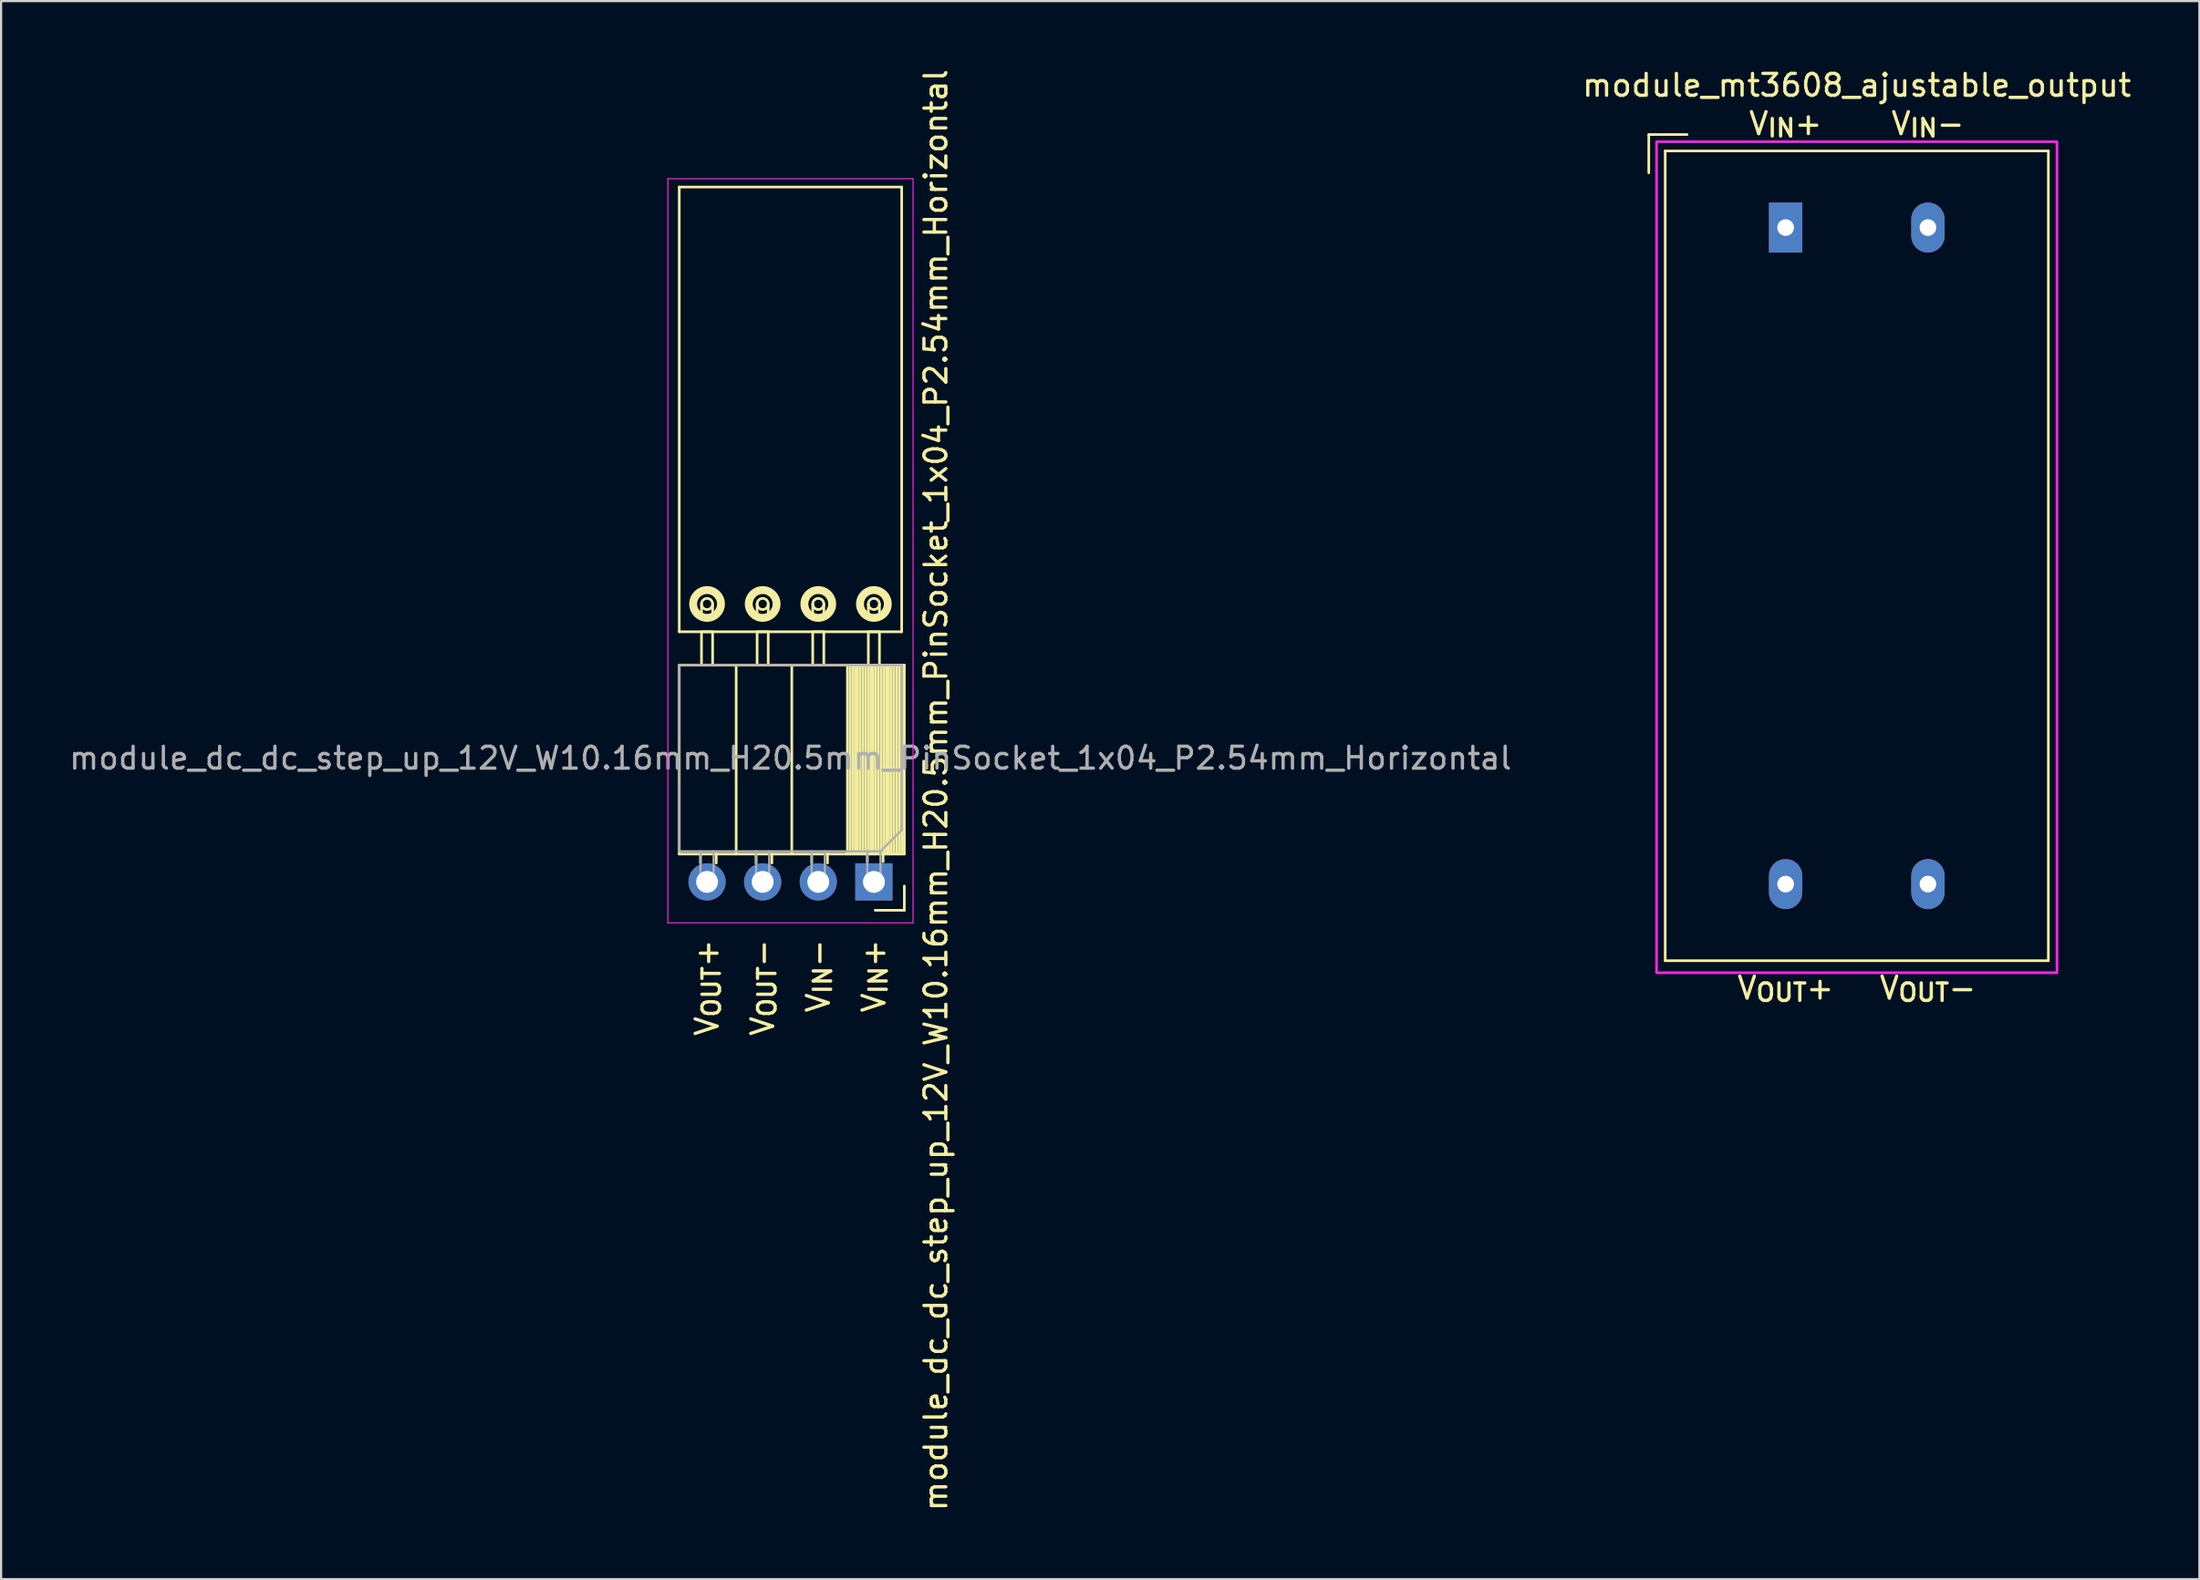
<source format=kicad_pcb>
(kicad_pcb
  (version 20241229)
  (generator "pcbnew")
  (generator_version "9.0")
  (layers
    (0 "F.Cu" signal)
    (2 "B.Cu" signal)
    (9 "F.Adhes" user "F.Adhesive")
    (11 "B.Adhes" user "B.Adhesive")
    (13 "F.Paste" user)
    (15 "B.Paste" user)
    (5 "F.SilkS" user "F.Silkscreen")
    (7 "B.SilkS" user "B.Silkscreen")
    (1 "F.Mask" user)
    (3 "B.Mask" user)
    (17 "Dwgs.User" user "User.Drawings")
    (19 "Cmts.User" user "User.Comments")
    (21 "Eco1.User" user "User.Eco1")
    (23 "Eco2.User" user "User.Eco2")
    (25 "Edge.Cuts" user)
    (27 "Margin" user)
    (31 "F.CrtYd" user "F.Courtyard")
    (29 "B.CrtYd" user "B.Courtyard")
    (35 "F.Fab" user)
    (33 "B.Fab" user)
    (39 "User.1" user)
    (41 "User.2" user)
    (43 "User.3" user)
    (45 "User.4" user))
  (footprint "module_dc_dc_step_up_12V_W10.16mm_H20.5mm_PinSocket_1x04_P2.54mm_Horizontal"
    (layer "F.Cu")
    (at 33.054 37.247)
    (property "Reference" "module_dc_dc_step_up_12V_W10.16mm_H20.5mm_PinSocket_1x04_P2.54mm_Horizontal" (at 6.64 -4.193 270) (layer "F.SilkS") (effects (font (size 1 1) (thickness 0.15))))
    (attr through_hole)
    (fp_line (start -5.08 -31.75) (end -5.08 -11.43) (stroke (width 0.12) (type solid)) (layer "F.SilkS"))
    (fp_line (start -5.08 -11.43) (end 5.08 -11.43) (stroke (width 0.12) (type solid)) (layer "F.SilkS"))
    (fp_line (start -5.08 -9.903) (end -5.08 -1.273) (stroke (width 0.12) (type solid)) (layer "F.SilkS"))
    (fp_line (start -4.11 -1.273) (end -4.11 -0.863) (stroke (width 0.12) (type solid)) (layer "F.SilkS"))
    (fp_line (start -4.064 -12.192) (end -4.064 -12.7) (stroke (width 0.12) (type solid)) (layer "F.SilkS"))
    (fp_line (start -3.556 -12.192) (end -3.556 -12.7) (stroke (width 0.12) (type solid)) (layer "F.SilkS"))
    (fp_line (start -3.39 -1.273) (end -3.39 -0.863) (stroke (width 0.12) (type solid)) (layer "F.SilkS"))
    (fp_line (start -2.48 -9.903) (end -2.48 -1.273) (stroke (width 0.12) (type solid)) (layer "F.SilkS"))
    (fp_line (start -1.57 -1.273) (end -1.57 -0.863) (stroke (width 0.12) (type solid)) (layer "F.SilkS"))
    (fp_line (start -1.524 -12.192) (end -1.524 -12.7) (stroke (width 0.12) (type solid)) (layer "F.SilkS"))
    (fp_line (start -1.016 -12.192) (end -1.016 -12.7) (stroke (width 0.12) (type solid)) (layer "F.SilkS"))
    (fp_line (start -0.85 -1.273) (end -0.85 -0.863) (stroke (width 0.12) (type solid)) (layer "F.SilkS"))
    (fp_line (start 0.06 -9.903) (end 0.06 -1.273) (stroke (width 0.12) (type solid)) (layer "F.SilkS"))
    (fp_line (start 0.97 -1.273) (end 0.97 -0.863) (stroke (width 0.12) (type solid)) (layer "F.SilkS"))
    (fp_line (start 1.016 -12.192) (end 1.016 -12.7) (stroke (width 0.12) (type solid)) (layer "F.SilkS"))
    (fp_line (start 1.524 -12.192) (end 1.524 -12.7) (stroke (width 0.12) (type solid)) (layer "F.SilkS"))
    (fp_line (start 1.69 -1.273) (end 1.69 -0.863) (stroke (width 0.12) (type solid)) (layer "F.SilkS"))
    (fp_line (start 2.6 -9.903) (end 2.6 -1.273) (stroke (width 0.12) (type solid)) (layer "F.SilkS"))
    (fp_line (start 2.718 -9.903) (end 2.718 -1.273) (stroke (width 0.12) (type solid)) (layer "F.SilkS"))
    (fp_line (start 2.836 -9.903) (end 2.836 -1.273) (stroke (width 0.12) (type solid)) (layer "F.SilkS"))
    (fp_line (start 2.954 -9.903) (end 2.954 -1.273) (stroke (width 0.12) (type solid)) (layer "F.SilkS"))
    (fp_line (start 3.072 -9.903) (end 3.072 -1.273) (stroke (width 0.12) (type solid)) (layer "F.SilkS"))
    (fp_line (start 3.19 -9.903) (end 3.19 -1.273) (stroke (width 0.12) (type solid)) (layer "F.SilkS"))
    (fp_line (start 3.309 -9.903) (end 3.309 -1.273) (stroke (width 0.12) (type solid)) (layer "F.SilkS"))
    (fp_line (start 3.427 -9.903) (end 3.427 -1.273) (stroke (width 0.12) (type solid)) (layer "F.SilkS"))
    (fp_line (start 3.51 -1.273) (end 3.51 -0.923) (stroke (width 0.12) (type solid)) (layer "F.SilkS"))
    (fp_line (start 3.545 -9.903) (end 3.545 -1.273) (stroke (width 0.12) (type solid)) (layer "F.SilkS"))
    (fp_line (start 3.556 -12.192) (end 3.556 -12.7) (stroke (width 0.12) (type solid)) (layer "F.SilkS"))
    (fp_line (start 3.663 -9.903) (end 3.663 -1.273) (stroke (width 0.12) (type solid)) (layer "F.SilkS"))
    (fp_line (start 3.781 -9.903) (end 3.781 -1.273) (stroke (width 0.12) (type solid)) (layer "F.SilkS"))
    (fp_line (start 3.899 -9.903) (end 3.899 -1.273) (stroke (width 0.12) (type solid)) (layer "F.SilkS"))
    (fp_line (start 4.017 -9.903) (end 4.017 -1.273) (stroke (width 0.12) (type solid)) (layer "F.SilkS"))
    (fp_line (start 4.064 -12.192) (end 4.064 -12.7) (stroke (width 0.12) (type solid)) (layer "F.SilkS"))
    (fp_line (start 4.135 -9.903) (end 4.135 -1.273) (stroke (width 0.12) (type solid)) (layer "F.SilkS"))
    (fp_line (start 4.23 -1.273) (end 4.23 -0.923) (stroke (width 0.12) (type solid)) (layer "F.SilkS"))
    (fp_line (start 4.253 -9.903) (end 4.253 -1.273) (stroke (width 0.12) (type solid)) (layer "F.SilkS"))
    (fp_line (start 4.371 -9.903) (end 4.371 -1.273) (stroke (width 0.12) (type solid)) (layer "F.SilkS"))
    (fp_line (start 4.49 -9.903) (end 4.49 -1.273) (stroke (width 0.12) (type solid)) (layer "F.SilkS"))
    (fp_line (start 4.608 -9.903) (end 4.608 -1.273) (stroke (width 0.12) (type solid)) (layer "F.SilkS"))
    (fp_line (start 4.726 -9.903) (end 4.726 -1.273) (stroke (width 0.12) (type solid)) (layer "F.SilkS"))
    (fp_line (start 4.844 -9.903) (end 4.844 -1.273) (stroke (width 0.12) (type solid)) (layer "F.SilkS"))
    (fp_line (start 4.962 -9.903) (end 4.962 -1.273) (stroke (width 0.12) (type solid)) (layer "F.SilkS"))
    (fp_line (start 5.08 -31.75) (end -5.08 -31.75) (stroke (width 0.12) (type solid)) (layer "F.SilkS"))
    (fp_line (start 5.08 -11.43) (end 5.08 -31.75) (stroke (width 0.12) (type solid)) (layer "F.SilkS"))
    (fp_line (start 5.08 -9.903) (end 5.08 -1.273) (stroke (width 0.12) (type solid)) (layer "F.SilkS"))
    (fp_line (start 5.2 -9.903) (end -5.08 -9.903) (stroke (width 0.12) (type solid)) (layer "F.SilkS"))
    (fp_line (start 5.2 -9.903) (end 5.2 -1.273) (stroke (width 0.12) (type solid)) (layer "F.SilkS"))
    (fp_line (start 5.2 -1.273) (end -5.08 -1.273) (stroke (width 0.12) (type solid)) (layer "F.SilkS"))
    (fp_line (start 5.2 0.187) (end 5.2 1.297) (stroke (width 0.12) (type solid)) (layer "F.SilkS"))
    (fp_line (start 5.2 1.297) (end 3.87 1.297) (stroke (width 0.12) (type solid)) (layer "F.SilkS"))
    (fp_rect (start -4.064 -11.43) (end -3.556 -9.906) (stroke (width 0.12) (type solid)) (fill no) (layer "F.SilkS"))
    (fp_rect (start -1.524 -11.43) (end -1.016 -9.906) (stroke (width 0.12) (type solid)) (fill no) (layer "F.SilkS"))
    (fp_rect (start 1.016 -11.43) (end 1.524 -9.906) (stroke (width 0.12) (type solid)) (fill no) (layer "F.SilkS"))
    (fp_rect (start 3.556 -11.43) (end 4.064 -9.906) (stroke (width 0.12) (type solid)) (fill no) (layer "F.SilkS"))
    (fp_circle (center -3.81 -12.7) (end -3.556 -12.7) (stroke (width 0.12) (type solid)) (fill no) (layer "F.SilkS"))
    (fp_circle (center -3.81 -12.7) (end -3.175 -12.7) (stroke (width 0.36) (type solid)) (fill no) (layer "F.SilkS"))
    (fp_circle (center -1.27 -12.7) (end -1.016 -12.7) (stroke (width 0.12) (type solid)) (fill no) (layer "F.SilkS"))
    (fp_circle (center -1.27 -12.7) (end -0.635 -12.7) (stroke (width 0.36) (type solid)) (fill no) (layer "F.SilkS"))
    (fp_circle (center 1.27 -12.7) (end 1.524 -12.7) (stroke (width 0.12) (type solid)) (fill no) (layer "F.SilkS"))
    (fp_circle (center 1.27 -12.7) (end 1.905 -12.7) (stroke (width 0.36) (type solid)) (fill no) (layer "F.SilkS"))
    (fp_circle (center 3.81 -12.7) (end 4.064 -12.7) (stroke (width 0.12) (type solid)) (fill no) (layer "F.SilkS"))
    (fp_circle (center 3.81 -12.7) (end 4.445 -12.7) (stroke (width 0.36) (type solid)) (fill no) (layer "F.SilkS"))
    (fp_line (start -5.6 -32.131) (end -5.6 1.871) (stroke (width 0.05) (type solid)) (layer "F.CrtYd"))
    (fp_line (start -5.6 1.871) (end 5.6 1.871) (stroke (width 0.05) (type solid)) (layer "F.CrtYd"))
    (fp_line (start 5.6 -32.131) (end -5.6 -32.131) (stroke (width 0.05) (type solid)) (layer "F.CrtYd"))
    (fp_line (start 5.6 1.871) (end 5.6 -32.131) (stroke (width 0.05) (type solid)) (layer "F.CrtYd"))
    (fp_line (start -5.08 -9.909) (end 5.08 -9.909) (stroke (width 0.1) (type solid)) (layer "F.Fab"))
    (fp_line (start -5.08 -1.399) (end -5.08 -9.909) (stroke (width 0.1) (type solid)) (layer "F.Fab"))
    (fp_line (start -4.11 -1.399) (end -4.11 0.121) (stroke (width 0.1) (type solid)) (layer "F.Fab"))
    (fp_line (start -4.11 0.121) (end -3.51 0.121) (stroke (width 0.1) (type solid)) (layer "F.Fab"))
    (fp_line (start -3.51 0.121) (end -3.51 -1.399) (stroke (width 0.1) (type solid)) (layer "F.Fab"))
    (fp_line (start -1.57 -1.399) (end -1.57 0.121) (stroke (width 0.1) (type solid)) (layer "F.Fab"))
    (fp_line (start -1.57 0.121) (end -0.97 0.121) (stroke (width 0.1) (type solid)) (layer "F.Fab"))
    (fp_line (start -0.97 0.121) (end -0.97 -1.399) (stroke (width 0.1) (type solid)) (layer "F.Fab"))
    (fp_line (start 0.97 -1.399) (end 0.97 0.121) (stroke (width 0.1) (type solid)) (layer "F.Fab"))
    (fp_line (start 0.97 0.121) (end 1.57 0.121) (stroke (width 0.1) (type solid)) (layer "F.Fab"))
    (fp_line (start 1.57 0.121) (end 1.57 -1.399) (stroke (width 0.1) (type solid)) (layer "F.Fab"))
    (fp_line (start 3.51 -1.399) (end 3.51 0.121) (stroke (width 0.1) (type solid)) (layer "F.Fab"))
    (fp_line (start 3.51 0.121) (end 4.11 0.121) (stroke (width 0.1) (type solid)) (layer "F.Fab"))
    (fp_line (start 4.11 -1.399) (end -5.08 -1.399) (stroke (width 0.1) (type solid)) (layer "F.Fab"))
    (fp_line (start 4.11 0.121) (end 4.11 -1.399) (stroke (width 0.1) (type solid)) (layer "F.Fab"))
    (fp_line (start 5.08 -9.909) (end 5.08 -2.369) (stroke (width 0.1) (type solid)) (layer "F.Fab"))
    (fp_line (start 5.08 -2.369) (end 4.11 -1.399) (stroke (width 0.1) (type solid)) (layer "F.Fab"))
    (fp_text user "V_{OUT}+" (at -3.81 2.54 90) (unlocked yes) (layer "F.SilkS") (effects (font (size 1 1) (thickness 0.15)) (justify right)))
    (fp_text user "V_{IN}-" (at 1.27 2.54 90) (unlocked yes) (layer "F.SilkS") (effects (font (size 1 1) (thickness 0.15)) (justify right)))
    (fp_text user "V_{IN}+" (at 3.81 2.54 90) (unlocked yes) (layer "F.SilkS") (effects (font (size 1 1) (thickness 0.15)) (justify right)))
    (fp_text user "V_{OUT}-" (at -1.27 2.54 90) (unlocked yes) (layer "F.SilkS") (effects (font (size 1 1) (thickness 0.15)) (justify right)))
    (fp_text user "${REFERENCE}" (at 0 -5.654 0) (layer "F.Fab") (effects (font (size 1 1) (thickness 0.15))))
    (pad "1" thru_hole rect (at 3.81 0 270) (size 1.7 1.7) (drill 1) (layers "*.Cu" "*.Mask"))
    (pad "2" thru_hole oval (at 1.27 0 270) (size 1.7 1.7) (drill 1) (layers "*.Cu" "*.Mask"))
    (pad "3" thru_hole oval (at -1.27 0 270) (size 1.7 1.7) (drill 1) (layers "*.Cu" "*.Mask"))
    (pad "4" thru_hole oval (at -3.81 0 270) (size 1.7 1.7) (drill 1) (layers "*.Cu" "*.Mask")))
  (footprint "module_mt3608_ajustable_output"
    (layer "F.Cu")
    (at 81.756 22.348)
    (property "Reference" "module_mt3608_ajustable_output" (at 0 -21.5 0) (unlocked yes) (layer "F.SilkS") (effects (font (size 1 1) (thickness 0.15))))
    (attr through_hole)
    (fp_line (start -9.5 -19.25) (end -7.75 -19.25) (stroke (width 0.12) (type solid)) (layer "F.SilkS"))
    (fp_line (start -9.5 -17.5) (end -9.5 -19.25) (stroke (width 0.12) (type solid)) (layer "F.SilkS"))
    (fp_line (start -8.75 -18.5) (end 8.75 -18.5) (stroke (width 0.12) (type solid)) (layer "F.SilkS"))
    (fp_line (start -8.75 18.5) (end -8.75 -18.5) (stroke (width 0.12) (type solid)) (layer "F.SilkS"))
    (fp_line (start 8.75 -18.5) (end 8.75 18.5) (stroke (width 0.12) (type solid)) (layer "F.SilkS"))
    (fp_line (start 8.75 18.5) (end -8.75 18.5) (stroke (width 0.12) (type solid)) (layer "F.SilkS"))
    (fp_rect (start -9.144 -18.923) (end 9.144 19.05) (stroke (width 0.12) (type solid)) (fill no) (layer "F.CrtYd"))
    (fp_text user "V_{OUT}+" (at -3.25 19.75 0) (unlocked yes) (layer "F.SilkS") (effects (font (size 1 1) (thickness 0.15))))
    (fp_text user "V_{IN}-" (at 3.25 -19.75 0) (unlocked yes) (layer "F.SilkS") (effects (font (size 1 1) (thickness 0.15))))
    (fp_text user "V_{IN}+" (at -3.25 -19.75 0) (unlocked yes) (layer "F.SilkS") (effects (font (size 1 1) (thickness 0.15))))
    (fp_text user "V_{OUT}-" (at 3.25 19.75 0) (unlocked yes) (layer "F.SilkS") (effects (font (size 1 1) (thickness 0.15))))
    (pad "1" thru_hole rect (at -3.25 -15) (size 1.524 2.286) (drill 0.762) (layers "*.Cu" "*.Mask"))
    (pad "2" thru_hole oval (at 3.25 -15) (size 1.524 2.286) (drill 0.762) (layers "*.Cu" "*.Mask"))
    (pad "3" thru_hole oval (at 3.25 15) (size 1.524 2.286) (drill 0.762) (layers "*.Cu" "*.Mask"))
    (pad "4" thru_hole oval (at -3.25 15) (size 1.524 2.286) (drill 0.762) (layers "*.Cu" "*.Mask")))
  (gr_rect
    (start -3 -3)
    (end 97.405 69.107)
    (stroke (width 0.1) (type default))
    (fill no)
    (layer "Edge.Cuts")))
</source>
